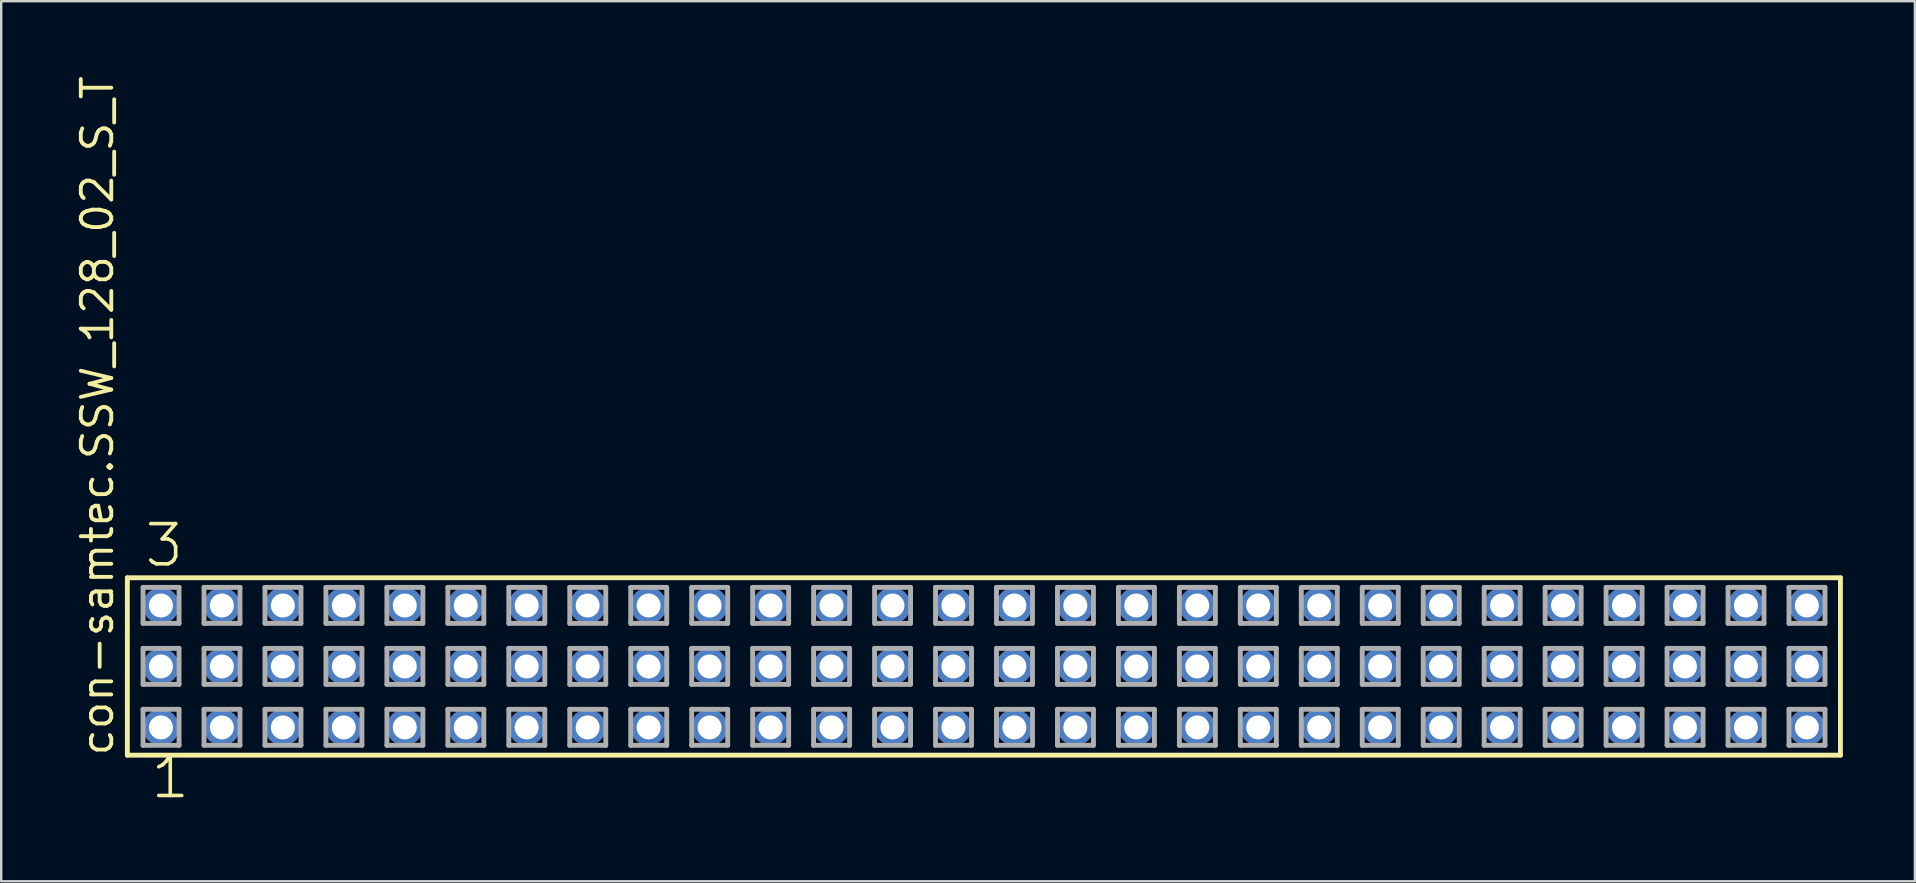
<source format=kicad_pcb>
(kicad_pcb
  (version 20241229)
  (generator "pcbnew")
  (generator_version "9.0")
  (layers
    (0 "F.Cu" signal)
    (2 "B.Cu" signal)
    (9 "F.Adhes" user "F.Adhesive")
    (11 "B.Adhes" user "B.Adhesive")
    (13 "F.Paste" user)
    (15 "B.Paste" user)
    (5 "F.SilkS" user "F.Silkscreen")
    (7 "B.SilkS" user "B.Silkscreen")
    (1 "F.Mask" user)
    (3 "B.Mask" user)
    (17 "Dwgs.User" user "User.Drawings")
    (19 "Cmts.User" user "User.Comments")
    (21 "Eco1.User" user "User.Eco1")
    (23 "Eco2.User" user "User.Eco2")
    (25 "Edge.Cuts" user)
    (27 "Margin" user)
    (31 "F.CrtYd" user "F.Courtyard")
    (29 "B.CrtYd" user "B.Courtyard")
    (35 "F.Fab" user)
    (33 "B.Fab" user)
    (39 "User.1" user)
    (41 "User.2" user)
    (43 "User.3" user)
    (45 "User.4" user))
  (footprint "con-samtec.SSW_128_02_S_T"
    (layer "F.Cu")
    (at 37.945 24.719)
    (property "Reference" "con-samtec.SSW_128_02_S_T" (at -36.195 3.81 90) (layer "F.SilkS") (effects (font (size 1.27 1.27) (thickness 0.16)) (justify left bottom)))
    (attr through_hole)
    (fp_line (start -35.689 -3.695) (end 35.689 -3.695) (stroke (width 0.203) (type default)) (layer "F.SilkS"))
    (fp_line (start -35.689 3.695) (end -35.689 -3.695) (stroke (width 0.203) (type default)) (layer "F.SilkS"))
    (fp_line (start 35.689 -3.695) (end 35.689 3.695) (stroke (width 0.203) (type default)) (layer "F.SilkS"))
    (fp_line (start 35.689 3.695) (end -35.689 3.695) (stroke (width 0.203) (type default)) (layer "F.SilkS"))
    (fp_line (start -35.035 -3.295) (end -33.535 -3.295) (stroke (width 0.203) (type default)) (layer "F.Fab"))
    (fp_line (start -35.035 -1.795) (end -35.035 -3.295) (stroke (width 0.203) (type default)) (layer "F.Fab"))
    (fp_line (start -35.035 -0.755) (end -33.535 -0.755) (stroke (width 0.203) (type default)) (layer "F.Fab"))
    (fp_line (start -35.035 0.745) (end -35.035 -0.755) (stroke (width 0.203) (type default)) (layer "F.Fab"))
    (fp_line (start -35.035 1.785) (end -33.535 1.785) (stroke (width 0.203) (type default)) (layer "F.Fab"))
    (fp_line (start -35.035 3.285) (end -35.035 1.785) (stroke (width 0.203) (type default)) (layer "F.Fab"))
    (fp_line (start -33.535 -3.295) (end -33.535 -1.795) (stroke (width 0.203) (type default)) (layer "F.Fab"))
    (fp_line (start -33.535 -1.795) (end -35.035 -1.795) (stroke (width 0.203) (type default)) (layer "F.Fab"))
    (fp_line (start -33.535 -0.755) (end -33.535 0.745) (stroke (width 0.203) (type default)) (layer "F.Fab"))
    (fp_line (start -33.535 0.745) (end -35.035 0.745) (stroke (width 0.203) (type default)) (layer "F.Fab"))
    (fp_line (start -33.535 1.785) (end -33.535 3.285) (stroke (width 0.203) (type default)) (layer "F.Fab"))
    (fp_line (start -33.535 3.285) (end -35.035 3.285) (stroke (width 0.203) (type default)) (layer "F.Fab"))
    (fp_line (start -32.495 -3.295) (end -30.995 -3.295) (stroke (width 0.203) (type default)) (layer "F.Fab"))
    (fp_line (start -32.495 -1.795) (end -32.495 -3.295) (stroke (width 0.203) (type default)) (layer "F.Fab"))
    (fp_line (start -32.495 -0.755) (end -30.995 -0.755) (stroke (width 0.203) (type default)) (layer "F.Fab"))
    (fp_line (start -32.495 0.745) (end -32.495 -0.755) (stroke (width 0.203) (type default)) (layer "F.Fab"))
    (fp_line (start -32.495 1.785) (end -30.995 1.785) (stroke (width 0.203) (type default)) (layer "F.Fab"))
    (fp_line (start -32.495 3.285) (end -32.495 1.785) (stroke (width 0.203) (type default)) (layer "F.Fab"))
    (fp_line (start -30.995 -3.295) (end -30.995 -1.795) (stroke (width 0.203) (type default)) (layer "F.Fab"))
    (fp_line (start -30.995 -1.795) (end -32.495 -1.795) (stroke (width 0.203) (type default)) (layer "F.Fab"))
    (fp_line (start -30.995 -0.755) (end -30.995 0.745) (stroke (width 0.203) (type default)) (layer "F.Fab"))
    (fp_line (start -30.995 0.745) (end -32.495 0.745) (stroke (width 0.203) (type default)) (layer "F.Fab"))
    (fp_line (start -30.995 1.785) (end -30.995 3.285) (stroke (width 0.203) (type default)) (layer "F.Fab"))
    (fp_line (start -30.995 3.285) (end -32.495 3.285) (stroke (width 0.203) (type default)) (layer "F.Fab"))
    (fp_line (start -29.955 -3.295) (end -28.455 -3.295) (stroke (width 0.203) (type default)) (layer "F.Fab"))
    (fp_line (start -29.955 -1.795) (end -29.955 -3.295) (stroke (width 0.203) (type default)) (layer "F.Fab"))
    (fp_line (start -29.955 -0.755) (end -28.455 -0.755) (stroke (width 0.203) (type default)) (layer "F.Fab"))
    (fp_line (start -29.955 0.745) (end -29.955 -0.755) (stroke (width 0.203) (type default)) (layer "F.Fab"))
    (fp_line (start -29.955 1.785) (end -28.455 1.785) (stroke (width 0.203) (type default)) (layer "F.Fab"))
    (fp_line (start -29.955 3.285) (end -29.955 1.785) (stroke (width 0.203) (type default)) (layer "F.Fab"))
    (fp_line (start -28.455 -3.295) (end -28.455 -1.795) (stroke (width 0.203) (type default)) (layer "F.Fab"))
    (fp_line (start -28.455 -1.795) (end -29.955 -1.795) (stroke (width 0.203) (type default)) (layer "F.Fab"))
    (fp_line (start -28.455 -0.755) (end -28.455 0.745) (stroke (width 0.203) (type default)) (layer "F.Fab"))
    (fp_line (start -28.455 0.745) (end -29.955 0.745) (stroke (width 0.203) (type default)) (layer "F.Fab"))
    (fp_line (start -28.455 1.785) (end -28.455 3.285) (stroke (width 0.203) (type default)) (layer "F.Fab"))
    (fp_line (start -28.455 3.285) (end -29.955 3.285) (stroke (width 0.203) (type default)) (layer "F.Fab"))
    (fp_line (start -27.415 -3.295) (end -25.915 -3.295) (stroke (width 0.203) (type default)) (layer "F.Fab"))
    (fp_line (start -27.415 -1.795) (end -27.415 -3.295) (stroke (width 0.203) (type default)) (layer "F.Fab"))
    (fp_line (start -27.415 -0.755) (end -25.915 -0.755) (stroke (width 0.203) (type default)) (layer "F.Fab"))
    (fp_line (start -27.415 0.745) (end -27.415 -0.755) (stroke (width 0.203) (type default)) (layer "F.Fab"))
    (fp_line (start -27.415 1.785) (end -25.915 1.785) (stroke (width 0.203) (type default)) (layer "F.Fab"))
    (fp_line (start -27.415 3.285) (end -27.415 1.785) (stroke (width 0.203) (type default)) (layer "F.Fab"))
    (fp_line (start -25.915 -3.295) (end -25.915 -1.795) (stroke (width 0.203) (type default)) (layer "F.Fab"))
    (fp_line (start -25.915 -1.795) (end -27.415 -1.795) (stroke (width 0.203) (type default)) (layer "F.Fab"))
    (fp_line (start -25.915 -0.755) (end -25.915 0.745) (stroke (width 0.203) (type default)) (layer "F.Fab"))
    (fp_line (start -25.915 0.745) (end -27.415 0.745) (stroke (width 0.203) (type default)) (layer "F.Fab"))
    (fp_line (start -25.915 1.785) (end -25.915 3.285) (stroke (width 0.203) (type default)) (layer "F.Fab"))
    (fp_line (start -25.915 3.285) (end -27.415 3.285) (stroke (width 0.203) (type default)) (layer "F.Fab"))
    (fp_line (start -24.875 -3.295) (end -23.375 -3.295) (stroke (width 0.203) (type default)) (layer "F.Fab"))
    (fp_line (start -24.875 -1.795) (end -24.875 -3.295) (stroke (width 0.203) (type default)) (layer "F.Fab"))
    (fp_line (start -24.875 -0.755) (end -23.375 -0.755) (stroke (width 0.203) (type default)) (layer "F.Fab"))
    (fp_line (start -24.875 0.745) (end -24.875 -0.755) (stroke (width 0.203) (type default)) (layer "F.Fab"))
    (fp_line (start -24.875 1.785) (end -23.375 1.785) (stroke (width 0.203) (type default)) (layer "F.Fab"))
    (fp_line (start -24.875 3.285) (end -24.875 1.785) (stroke (width 0.203) (type default)) (layer "F.Fab"))
    (fp_line (start -23.375 -3.295) (end -23.375 -1.795) (stroke (width 0.203) (type default)) (layer "F.Fab"))
    (fp_line (start -23.375 -1.795) (end -24.875 -1.795) (stroke (width 0.203) (type default)) (layer "F.Fab"))
    (fp_line (start -23.375 -0.755) (end -23.375 0.745) (stroke (width 0.203) (type default)) (layer "F.Fab"))
    (fp_line (start -23.375 0.745) (end -24.875 0.745) (stroke (width 0.203) (type default)) (layer "F.Fab"))
    (fp_line (start -23.375 1.785) (end -23.375 3.285) (stroke (width 0.203) (type default)) (layer "F.Fab"))
    (fp_line (start -23.375 3.285) (end -24.875 3.285) (stroke (width 0.203) (type default)) (layer "F.Fab"))
    (fp_line (start -22.335 -3.295) (end -20.835 -3.295) (stroke (width 0.203) (type default)) (layer "F.Fab"))
    (fp_line (start -22.335 -1.795) (end -22.335 -3.295) (stroke (width 0.203) (type default)) (layer "F.Fab"))
    (fp_line (start -22.335 -0.755) (end -20.835 -0.755) (stroke (width 0.203) (type default)) (layer "F.Fab"))
    (fp_line (start -22.335 0.745) (end -22.335 -0.755) (stroke (width 0.203) (type default)) (layer "F.Fab"))
    (fp_line (start -22.335 1.785) (end -20.835 1.785) (stroke (width 0.203) (type default)) (layer "F.Fab"))
    (fp_line (start -22.335 3.285) (end -22.335 1.785) (stroke (width 0.203) (type default)) (layer "F.Fab"))
    (fp_line (start -20.835 -3.295) (end -20.835 -1.795) (stroke (width 0.203) (type default)) (layer "F.Fab"))
    (fp_line (start -20.835 -1.795) (end -22.335 -1.795) (stroke (width 0.203) (type default)) (layer "F.Fab"))
    (fp_line (start -20.835 -0.755) (end -20.835 0.745) (stroke (width 0.203) (type default)) (layer "F.Fab"))
    (fp_line (start -20.835 0.745) (end -22.335 0.745) (stroke (width 0.203) (type default)) (layer "F.Fab"))
    (fp_line (start -20.835 1.785) (end -20.835 3.285) (stroke (width 0.203) (type default)) (layer "F.Fab"))
    (fp_line (start -20.835 3.285) (end -22.335 3.285) (stroke (width 0.203) (type default)) (layer "F.Fab"))
    (fp_line (start -19.795 -3.295) (end -18.295 -3.295) (stroke (width 0.203) (type default)) (layer "F.Fab"))
    (fp_line (start -19.795 -1.795) (end -19.795 -3.295) (stroke (width 0.203) (type default)) (layer "F.Fab"))
    (fp_line (start -19.795 -0.755) (end -18.295 -0.755) (stroke (width 0.203) (type default)) (layer "F.Fab"))
    (fp_line (start -19.795 0.745) (end -19.795 -0.755) (stroke (width 0.203) (type default)) (layer "F.Fab"))
    (fp_line (start -19.795 1.785) (end -18.295 1.785) (stroke (width 0.203) (type default)) (layer "F.Fab"))
    (fp_line (start -19.795 3.285) (end -19.795 1.785) (stroke (width 0.203) (type default)) (layer "F.Fab"))
    (fp_line (start -18.295 -3.295) (end -18.295 -1.795) (stroke (width 0.203) (type default)) (layer "F.Fab"))
    (fp_line (start -18.295 -1.795) (end -19.795 -1.795) (stroke (width 0.203) (type default)) (layer "F.Fab"))
    (fp_line (start -18.295 -0.755) (end -18.295 0.745) (stroke (width 0.203) (type default)) (layer "F.Fab"))
    (fp_line (start -18.295 0.745) (end -19.795 0.745) (stroke (width 0.203) (type default)) (layer "F.Fab"))
    (fp_line (start -18.295 1.785) (end -18.295 3.285) (stroke (width 0.203) (type default)) (layer "F.Fab"))
    (fp_line (start -18.295 3.285) (end -19.795 3.285) (stroke (width 0.203) (type default)) (layer "F.Fab"))
    (fp_line (start -17.255 -3.295) (end -15.755 -3.295) (stroke (width 0.203) (type default)) (layer "F.Fab"))
    (fp_line (start -17.255 -1.795) (end -17.255 -3.295) (stroke (width 0.203) (type default)) (layer "F.Fab"))
    (fp_line (start -17.255 -0.755) (end -15.755 -0.755) (stroke (width 0.203) (type default)) (layer "F.Fab"))
    (fp_line (start -17.255 0.745) (end -17.255 -0.755) (stroke (width 0.203) (type default)) (layer "F.Fab"))
    (fp_line (start -17.255 1.785) (end -15.755 1.785) (stroke (width 0.203) (type default)) (layer "F.Fab"))
    (fp_line (start -17.255 3.285) (end -17.255 1.785) (stroke (width 0.203) (type default)) (layer "F.Fab"))
    (fp_line (start -15.755 -3.295) (end -15.755 -1.795) (stroke (width 0.203) (type default)) (layer "F.Fab"))
    (fp_line (start -15.755 -1.795) (end -17.255 -1.795) (stroke (width 0.203) (type default)) (layer "F.Fab"))
    (fp_line (start -15.755 -0.755) (end -15.755 0.745) (stroke (width 0.203) (type default)) (layer "F.Fab"))
    (fp_line (start -15.755 0.745) (end -17.255 0.745) (stroke (width 0.203) (type default)) (layer "F.Fab"))
    (fp_line (start -15.755 1.785) (end -15.755 3.285) (stroke (width 0.203) (type default)) (layer "F.Fab"))
    (fp_line (start -15.755 3.285) (end -17.255 3.285) (stroke (width 0.203) (type default)) (layer "F.Fab"))
    (fp_line (start -14.715 -3.295) (end -13.215 -3.295) (stroke (width 0.203) (type default)) (layer "F.Fab"))
    (fp_line (start -14.715 -1.795) (end -14.715 -3.295) (stroke (width 0.203) (type default)) (layer "F.Fab"))
    (fp_line (start -14.715 -0.755) (end -13.215 -0.755) (stroke (width 0.203) (type default)) (layer "F.Fab"))
    (fp_line (start -14.715 0.745) (end -14.715 -0.755) (stroke (width 0.203) (type default)) (layer "F.Fab"))
    (fp_line (start -14.715 1.785) (end -13.215 1.785) (stroke (width 0.203) (type default)) (layer "F.Fab"))
    (fp_line (start -14.715 3.285) (end -14.715 1.785) (stroke (width 0.203) (type default)) (layer "F.Fab"))
    (fp_line (start -13.215 -3.295) (end -13.215 -1.795) (stroke (width 0.203) (type default)) (layer "F.Fab"))
    (fp_line (start -13.215 -1.795) (end -14.715 -1.795) (stroke (width 0.203) (type default)) (layer "F.Fab"))
    (fp_line (start -13.215 -0.755) (end -13.215 0.745) (stroke (width 0.203) (type default)) (layer "F.Fab"))
    (fp_line (start -13.215 0.745) (end -14.715 0.745) (stroke (width 0.203) (type default)) (layer "F.Fab"))
    (fp_line (start -13.215 1.785) (end -13.215 3.285) (stroke (width 0.203) (type default)) (layer "F.Fab"))
    (fp_line (start -13.215 3.285) (end -14.715 3.285) (stroke (width 0.203) (type default)) (layer "F.Fab"))
    (fp_line (start -12.175 -3.295) (end -10.675 -3.295) (stroke (width 0.203) (type default)) (layer "F.Fab"))
    (fp_line (start -12.175 -1.795) (end -12.175 -3.295) (stroke (width 0.203) (type default)) (layer "F.Fab"))
    (fp_line (start -12.175 -0.755) (end -10.675 -0.755) (stroke (width 0.203) (type default)) (layer "F.Fab"))
    (fp_line (start -12.175 0.745) (end -12.175 -0.755) (stroke (width 0.203) (type default)) (layer "F.Fab"))
    (fp_line (start -12.175 1.785) (end -10.675 1.785) (stroke (width 0.203) (type default)) (layer "F.Fab"))
    (fp_line (start -12.175 3.285) (end -12.175 1.785) (stroke (width 0.203) (type default)) (layer "F.Fab"))
    (fp_line (start -10.675 -3.295) (end -10.675 -1.795) (stroke (width 0.203) (type default)) (layer "F.Fab"))
    (fp_line (start -10.675 -1.795) (end -12.175 -1.795) (stroke (width 0.203) (type default)) (layer "F.Fab"))
    (fp_line (start -10.675 -0.755) (end -10.675 0.745) (stroke (width 0.203) (type default)) (layer "F.Fab"))
    (fp_line (start -10.675 0.745) (end -12.175 0.745) (stroke (width 0.203) (type default)) (layer "F.Fab"))
    (fp_line (start -10.675 1.785) (end -10.675 3.285) (stroke (width 0.203) (type default)) (layer "F.Fab"))
    (fp_line (start -10.675 3.285) (end -12.175 3.285) (stroke (width 0.203) (type default)) (layer "F.Fab"))
    (fp_line (start -9.635 -3.295) (end -8.135 -3.295) (stroke (width 0.203) (type default)) (layer "F.Fab"))
    (fp_line (start -9.635 -1.795) (end -9.635 -3.295) (stroke (width 0.203) (type default)) (layer "F.Fab"))
    (fp_line (start -9.635 -0.755) (end -8.135 -0.755) (stroke (width 0.203) (type default)) (layer "F.Fab"))
    (fp_line (start -9.635 0.745) (end -9.635 -0.755) (stroke (width 0.203) (type default)) (layer "F.Fab"))
    (fp_line (start -9.635 1.785) (end -8.135 1.785) (stroke (width 0.203) (type default)) (layer "F.Fab"))
    (fp_line (start -9.635 3.285) (end -9.635 1.785) (stroke (width 0.203) (type default)) (layer "F.Fab"))
    (fp_line (start -8.135 -3.295) (end -8.135 -1.795) (stroke (width 0.203) (type default)) (layer "F.Fab"))
    (fp_line (start -8.135 -1.795) (end -9.635 -1.795) (stroke (width 0.203) (type default)) (layer "F.Fab"))
    (fp_line (start -8.135 -0.755) (end -8.135 0.745) (stroke (width 0.203) (type default)) (layer "F.Fab"))
    (fp_line (start -8.135 0.745) (end -9.635 0.745) (stroke (width 0.203) (type default)) (layer "F.Fab"))
    (fp_line (start -8.135 1.785) (end -8.135 3.285) (stroke (width 0.203) (type default)) (layer "F.Fab"))
    (fp_line (start -8.135 3.285) (end -9.635 3.285) (stroke (width 0.203) (type default)) (layer "F.Fab"))
    (fp_line (start -7.095 -3.295) (end -5.595 -3.295) (stroke (width 0.203) (type default)) (layer "F.Fab"))
    (fp_line (start -7.095 -1.795) (end -7.095 -3.295) (stroke (width 0.203) (type default)) (layer "F.Fab"))
    (fp_line (start -7.095 -0.755) (end -5.595 -0.755) (stroke (width 0.203) (type default)) (layer "F.Fab"))
    (fp_line (start -7.095 0.745) (end -7.095 -0.755) (stroke (width 0.203) (type default)) (layer "F.Fab"))
    (fp_line (start -7.095 1.785) (end -5.595 1.785) (stroke (width 0.203) (type default)) (layer "F.Fab"))
    (fp_line (start -7.095 3.285) (end -7.095 1.785) (stroke (width 0.203) (type default)) (layer "F.Fab"))
    (fp_line (start -5.595 -3.295) (end -5.595 -1.795) (stroke (width 0.203) (type default)) (layer "F.Fab"))
    (fp_line (start -5.595 -1.795) (end -7.095 -1.795) (stroke (width 0.203) (type default)) (layer "F.Fab"))
    (fp_line (start -5.595 -0.755) (end -5.595 0.745) (stroke (width 0.203) (type default)) (layer "F.Fab"))
    (fp_line (start -5.595 0.745) (end -7.095 0.745) (stroke (width 0.203) (type default)) (layer "F.Fab"))
    (fp_line (start -5.595 1.785) (end -5.595 3.285) (stroke (width 0.203) (type default)) (layer "F.Fab"))
    (fp_line (start -5.595 3.285) (end -7.095 3.285) (stroke (width 0.203) (type default)) (layer "F.Fab"))
    (fp_line (start -4.555 -3.295) (end -3.055 -3.295) (stroke (width 0.203) (type default)) (layer "F.Fab"))
    (fp_line (start -4.555 -1.795) (end -4.555 -3.295) (stroke (width 0.203) (type default)) (layer "F.Fab"))
    (fp_line (start -4.555 -0.755) (end -3.055 -0.755) (stroke (width 0.203) (type default)) (layer "F.Fab"))
    (fp_line (start -4.555 0.745) (end -4.555 -0.755) (stroke (width 0.203) (type default)) (layer "F.Fab"))
    (fp_line (start -4.555 1.785) (end -3.055 1.785) (stroke (width 0.203) (type default)) (layer "F.Fab"))
    (fp_line (start -4.555 3.285) (end -4.555 1.785) (stroke (width 0.203) (type default)) (layer "F.Fab"))
    (fp_line (start -3.055 -3.295) (end -3.055 -1.795) (stroke (width 0.203) (type default)) (layer "F.Fab"))
    (fp_line (start -3.055 -1.795) (end -4.555 -1.795) (stroke (width 0.203) (type default)) (layer "F.Fab"))
    (fp_line (start -3.055 -0.755) (end -3.055 0.745) (stroke (width 0.203) (type default)) (layer "F.Fab"))
    (fp_line (start -3.055 0.745) (end -4.555 0.745) (stroke (width 0.203) (type default)) (layer "F.Fab"))
    (fp_line (start -3.055 1.785) (end -3.055 3.285) (stroke (width 0.203) (type default)) (layer "F.Fab"))
    (fp_line (start -3.055 3.285) (end -4.555 3.285) (stroke (width 0.203) (type default)) (layer "F.Fab"))
    (fp_line (start -2.015 -3.295) (end -0.515 -3.295) (stroke (width 0.203) (type default)) (layer "F.Fab"))
    (fp_line (start -2.015 -1.795) (end -2.015 -3.295) (stroke (width 0.203) (type default)) (layer "F.Fab"))
    (fp_line (start -2.015 -0.755) (end -0.515 -0.755) (stroke (width 0.203) (type default)) (layer "F.Fab"))
    (fp_line (start -2.015 0.745) (end -2.015 -0.755) (stroke (width 0.203) (type default)) (layer "F.Fab"))
    (fp_line (start -2.015 1.785) (end -0.515 1.785) (stroke (width 0.203) (type default)) (layer "F.Fab"))
    (fp_line (start -2.015 3.285) (end -2.015 1.785) (stroke (width 0.203) (type default)) (layer "F.Fab"))
    (fp_line (start -0.515 -3.295) (end -0.515 -1.795) (stroke (width 0.203) (type default)) (layer "F.Fab"))
    (fp_line (start -0.515 -1.795) (end -2.015 -1.795) (stroke (width 0.203) (type default)) (layer "F.Fab"))
    (fp_line (start -0.515 -0.755) (end -0.515 0.745) (stroke (width 0.203) (type default)) (layer "F.Fab"))
    (fp_line (start -0.515 0.745) (end -2.015 0.745) (stroke (width 0.203) (type default)) (layer "F.Fab"))
    (fp_line (start -0.515 1.785) (end -0.515 3.285) (stroke (width 0.203) (type default)) (layer "F.Fab"))
    (fp_line (start -0.515 3.285) (end -2.015 3.285) (stroke (width 0.203) (type default)) (layer "F.Fab"))
    (fp_line (start 0.525 -3.295) (end 2.025 -3.295) (stroke (width 0.203) (type default)) (layer "F.Fab"))
    (fp_line (start 0.525 -1.795) (end 0.525 -3.295) (stroke (width 0.203) (type default)) (layer "F.Fab"))
    (fp_line (start 0.525 -0.755) (end 2.025 -0.755) (stroke (width 0.203) (type default)) (layer "F.Fab"))
    (fp_line (start 0.525 0.745) (end 0.525 -0.755) (stroke (width 0.203) (type default)) (layer "F.Fab"))
    (fp_line (start 0.525 1.785) (end 2.025 1.785) (stroke (width 0.203) (type default)) (layer "F.Fab"))
    (fp_line (start 0.525 3.285) (end 0.525 1.785) (stroke (width 0.203) (type default)) (layer "F.Fab"))
    (fp_line (start 2.025 -3.295) (end 2.025 -1.795) (stroke (width 0.203) (type default)) (layer "F.Fab"))
    (fp_line (start 2.025 -1.795) (end 0.525 -1.795) (stroke (width 0.203) (type default)) (layer "F.Fab"))
    (fp_line (start 2.025 -0.755) (end 2.025 0.745) (stroke (width 0.203) (type default)) (layer "F.Fab"))
    (fp_line (start 2.025 0.745) (end 0.525 0.745) (stroke (width 0.203) (type default)) (layer "F.Fab"))
    (fp_line (start 2.025 1.785) (end 2.025 3.285) (stroke (width 0.203) (type default)) (layer "F.Fab"))
    (fp_line (start 2.025 3.285) (end 0.525 3.285) (stroke (width 0.203) (type default)) (layer "F.Fab"))
    (fp_line (start 3.065 -3.295) (end 4.565 -3.295) (stroke (width 0.203) (type default)) (layer "F.Fab"))
    (fp_line (start 3.065 -1.795) (end 3.065 -3.295) (stroke (width 0.203) (type default)) (layer "F.Fab"))
    (fp_line (start 3.065 -0.755) (end 4.565 -0.755) (stroke (width 0.203) (type default)) (layer "F.Fab"))
    (fp_line (start 3.065 0.745) (end 3.065 -0.755) (stroke (width 0.203) (type default)) (layer "F.Fab"))
    (fp_line (start 3.065 1.785) (end 4.565 1.785) (stroke (width 0.203) (type default)) (layer "F.Fab"))
    (fp_line (start 3.065 3.285) (end 3.065 1.785) (stroke (width 0.203) (type default)) (layer "F.Fab"))
    (fp_line (start 4.565 -3.295) (end 4.565 -1.795) (stroke (width 0.203) (type default)) (layer "F.Fab"))
    (fp_line (start 4.565 -1.795) (end 3.065 -1.795) (stroke (width 0.203) (type default)) (layer "F.Fab"))
    (fp_line (start 4.565 -0.755) (end 4.565 0.745) (stroke (width 0.203) (type default)) (layer "F.Fab"))
    (fp_line (start 4.565 0.745) (end 3.065 0.745) (stroke (width 0.203) (type default)) (layer "F.Fab"))
    (fp_line (start 4.565 1.785) (end 4.565 3.285) (stroke (width 0.203) (type default)) (layer "F.Fab"))
    (fp_line (start 4.565 3.285) (end 3.065 3.285) (stroke (width 0.203) (type default)) (layer "F.Fab"))
    (fp_line (start 5.605 -3.295) (end 7.105 -3.295) (stroke (width 0.203) (type default)) (layer "F.Fab"))
    (fp_line (start 5.605 -1.795) (end 5.605 -3.295) (stroke (width 0.203) (type default)) (layer "F.Fab"))
    (fp_line (start 5.605 -0.755) (end 7.105 -0.755) (stroke (width 0.203) (type default)) (layer "F.Fab"))
    (fp_line (start 5.605 0.745) (end 5.605 -0.755) (stroke (width 0.203) (type default)) (layer "F.Fab"))
    (fp_line (start 5.605 1.785) (end 7.105 1.785) (stroke (width 0.203) (type default)) (layer "F.Fab"))
    (fp_line (start 5.605 3.285) (end 5.605 1.785) (stroke (width 0.203) (type default)) (layer "F.Fab"))
    (fp_line (start 7.105 -3.295) (end 7.105 -1.795) (stroke (width 0.203) (type default)) (layer "F.Fab"))
    (fp_line (start 7.105 -1.795) (end 5.605 -1.795) (stroke (width 0.203) (type default)) (layer "F.Fab"))
    (fp_line (start 7.105 -0.755) (end 7.105 0.745) (stroke (width 0.203) (type default)) (layer "F.Fab"))
    (fp_line (start 7.105 0.745) (end 5.605 0.745) (stroke (width 0.203) (type default)) (layer "F.Fab"))
    (fp_line (start 7.105 1.785) (end 7.105 3.285) (stroke (width 0.203) (type default)) (layer "F.Fab"))
    (fp_line (start 7.105 3.285) (end 5.605 3.285) (stroke (width 0.203) (type default)) (layer "F.Fab"))
    (fp_line (start 8.145 -3.295) (end 9.645 -3.295) (stroke (width 0.203) (type default)) (layer "F.Fab"))
    (fp_line (start 8.145 -1.795) (end 8.145 -3.295) (stroke (width 0.203) (type default)) (layer "F.Fab"))
    (fp_line (start 8.145 -0.755) (end 9.645 -0.755) (stroke (width 0.203) (type default)) (layer "F.Fab"))
    (fp_line (start 8.145 0.745) (end 8.145 -0.755) (stroke (width 0.203) (type default)) (layer "F.Fab"))
    (fp_line (start 8.145 1.785) (end 9.645 1.785) (stroke (width 0.203) (type default)) (layer "F.Fab"))
    (fp_line (start 8.145 3.285) (end 8.145 1.785) (stroke (width 0.203) (type default)) (layer "F.Fab"))
    (fp_line (start 9.645 -3.295) (end 9.645 -1.795) (stroke (width 0.203) (type default)) (layer "F.Fab"))
    (fp_line (start 9.645 -1.795) (end 8.145 -1.795) (stroke (width 0.203) (type default)) (layer "F.Fab"))
    (fp_line (start 9.645 -0.755) (end 9.645 0.745) (stroke (width 0.203) (type default)) (layer "F.Fab"))
    (fp_line (start 9.645 0.745) (end 8.145 0.745) (stroke (width 0.203) (type default)) (layer "F.Fab"))
    (fp_line (start 9.645 1.785) (end 9.645 3.285) (stroke (width 0.203) (type default)) (layer "F.Fab"))
    (fp_line (start 9.645 3.285) (end 8.145 3.285) (stroke (width 0.203) (type default)) (layer "F.Fab"))
    (fp_line (start 10.685 -3.295) (end 12.185 -3.295) (stroke (width 0.203) (type default)) (layer "F.Fab"))
    (fp_line (start 10.685 -1.795) (end 10.685 -3.295) (stroke (width 0.203) (type default)) (layer "F.Fab"))
    (fp_line (start 10.685 -0.755) (end 12.185 -0.755) (stroke (width 0.203) (type default)) (layer "F.Fab"))
    (fp_line (start 10.685 0.745) (end 10.685 -0.755) (stroke (width 0.203) (type default)) (layer "F.Fab"))
    (fp_line (start 10.685 1.785) (end 12.185 1.785) (stroke (width 0.203) (type default)) (layer "F.Fab"))
    (fp_line (start 10.685 3.285) (end 10.685 1.785) (stroke (width 0.203) (type default)) (layer "F.Fab"))
    (fp_line (start 12.185 -3.295) (end 12.185 -1.795) (stroke (width 0.203) (type default)) (layer "F.Fab"))
    (fp_line (start 12.185 -1.795) (end 10.685 -1.795) (stroke (width 0.203) (type default)) (layer "F.Fab"))
    (fp_line (start 12.185 -0.755) (end 12.185 0.745) (stroke (width 0.203) (type default)) (layer "F.Fab"))
    (fp_line (start 12.185 0.745) (end 10.685 0.745) (stroke (width 0.203) (type default)) (layer "F.Fab"))
    (fp_line (start 12.185 1.785) (end 12.185 3.285) (stroke (width 0.203) (type default)) (layer "F.Fab"))
    (fp_line (start 12.185 3.285) (end 10.685 3.285) (stroke (width 0.203) (type default)) (layer "F.Fab"))
    (fp_line (start 13.225 -3.295) (end 14.725 -3.295) (stroke (width 0.203) (type default)) (layer "F.Fab"))
    (fp_line (start 13.225 -1.795) (end 13.225 -3.295) (stroke (width 0.203) (type default)) (layer "F.Fab"))
    (fp_line (start 13.225 -0.755) (end 14.725 -0.755) (stroke (width 0.203) (type default)) (layer "F.Fab"))
    (fp_line (start 13.225 0.745) (end 13.225 -0.755) (stroke (width 0.203) (type default)) (layer "F.Fab"))
    (fp_line (start 13.225 1.785) (end 14.725 1.785) (stroke (width 0.203) (type default)) (layer "F.Fab"))
    (fp_line (start 13.225 3.285) (end 13.225 1.785) (stroke (width 0.203) (type default)) (layer "F.Fab"))
    (fp_line (start 14.725 -3.295) (end 14.725 -1.795) (stroke (width 0.203) (type default)) (layer "F.Fab"))
    (fp_line (start 14.725 -1.795) (end 13.225 -1.795) (stroke (width 0.203) (type default)) (layer "F.Fab"))
    (fp_line (start 14.725 -0.755) (end 14.725 0.745) (stroke (width 0.203) (type default)) (layer "F.Fab"))
    (fp_line (start 14.725 0.745) (end 13.225 0.745) (stroke (width 0.203) (type default)) (layer "F.Fab"))
    (fp_line (start 14.725 1.785) (end 14.725 3.285) (stroke (width 0.203) (type default)) (layer "F.Fab"))
    (fp_line (start 14.725 3.285) (end 13.225 3.285) (stroke (width 0.203) (type default)) (layer "F.Fab"))
    (fp_line (start 15.765 -3.295) (end 17.265 -3.295) (stroke (width 0.203) (type default)) (layer "F.Fab"))
    (fp_line (start 15.765 -1.795) (end 15.765 -3.295) (stroke (width 0.203) (type default)) (layer "F.Fab"))
    (fp_line (start 15.765 -0.755) (end 17.265 -0.755) (stroke (width 0.203) (type default)) (layer "F.Fab"))
    (fp_line (start 15.765 0.745) (end 15.765 -0.755) (stroke (width 0.203) (type default)) (layer "F.Fab"))
    (fp_line (start 15.765 1.785) (end 17.265 1.785) (stroke (width 0.203) (type default)) (layer "F.Fab"))
    (fp_line (start 15.765 3.285) (end 15.765 1.785) (stroke (width 0.203) (type default)) (layer "F.Fab"))
    (fp_line (start 17.265 -3.295) (end 17.265 -1.795) (stroke (width 0.203) (type default)) (layer "F.Fab"))
    (fp_line (start 17.265 -1.795) (end 15.765 -1.795) (stroke (width 0.203) (type default)) (layer "F.Fab"))
    (fp_line (start 17.265 -0.755) (end 17.265 0.745) (stroke (width 0.203) (type default)) (layer "F.Fab"))
    (fp_line (start 17.265 0.745) (end 15.765 0.745) (stroke (width 0.203) (type default)) (layer "F.Fab"))
    (fp_line (start 17.265 1.785) (end 17.265 3.285) (stroke (width 0.203) (type default)) (layer "F.Fab"))
    (fp_line (start 17.265 3.285) (end 15.765 3.285) (stroke (width 0.203) (type default)) (layer "F.Fab"))
    (fp_line (start 18.305 -3.295) (end 19.805 -3.295) (stroke (width 0.203) (type default)) (layer "F.Fab"))
    (fp_line (start 18.305 -1.795) (end 18.305 -3.295) (stroke (width 0.203) (type default)) (layer "F.Fab"))
    (fp_line (start 18.305 -0.755) (end 19.805 -0.755) (stroke (width 0.203) (type default)) (layer "F.Fab"))
    (fp_line (start 18.305 0.745) (end 18.305 -0.755) (stroke (width 0.203) (type default)) (layer "F.Fab"))
    (fp_line (start 18.305 1.785) (end 19.805 1.785) (stroke (width 0.203) (type default)) (layer "F.Fab"))
    (fp_line (start 18.305 3.285) (end 18.305 1.785) (stroke (width 0.203) (type default)) (layer "F.Fab"))
    (fp_line (start 19.805 -3.295) (end 19.805 -1.795) (stroke (width 0.203) (type default)) (layer "F.Fab"))
    (fp_line (start 19.805 -1.795) (end 18.305 -1.795) (stroke (width 0.203) (type default)) (layer "F.Fab"))
    (fp_line (start 19.805 -0.755) (end 19.805 0.745) (stroke (width 0.203) (type default)) (layer "F.Fab"))
    (fp_line (start 19.805 0.745) (end 18.305 0.745) (stroke (width 0.203) (type default)) (layer "F.Fab"))
    (fp_line (start 19.805 1.785) (end 19.805 3.285) (stroke (width 0.203) (type default)) (layer "F.Fab"))
    (fp_line (start 19.805 3.285) (end 18.305 3.285) (stroke (width 0.203) (type default)) (layer "F.Fab"))
    (fp_line (start 20.845 -3.295) (end 22.345 -3.295) (stroke (width 0.203) (type default)) (layer "F.Fab"))
    (fp_line (start 20.845 -1.795) (end 20.845 -3.295) (stroke (width 0.203) (type default)) (layer "F.Fab"))
    (fp_line (start 20.845 -0.755) (end 22.345 -0.755) (stroke (width 0.203) (type default)) (layer "F.Fab"))
    (fp_line (start 20.845 0.745) (end 20.845 -0.755) (stroke (width 0.203) (type default)) (layer "F.Fab"))
    (fp_line (start 20.845 1.785) (end 22.345 1.785) (stroke (width 0.203) (type default)) (layer "F.Fab"))
    (fp_line (start 20.845 3.285) (end 20.845 1.785) (stroke (width 0.203) (type default)) (layer "F.Fab"))
    (fp_line (start 22.345 -3.295) (end 22.345 -1.795) (stroke (width 0.203) (type default)) (layer "F.Fab"))
    (fp_line (start 22.345 -1.795) (end 20.845 -1.795) (stroke (width 0.203) (type default)) (layer "F.Fab"))
    (fp_line (start 22.345 -0.755) (end 22.345 0.745) (stroke (width 0.203) (type default)) (layer "F.Fab"))
    (fp_line (start 22.345 0.745) (end 20.845 0.745) (stroke (width 0.203) (type default)) (layer "F.Fab"))
    (fp_line (start 22.345 1.785) (end 22.345 3.285) (stroke (width 0.203) (type default)) (layer "F.Fab"))
    (fp_line (start 22.345 3.285) (end 20.845 3.285) (stroke (width 0.203) (type default)) (layer "F.Fab"))
    (fp_line (start 23.385 -3.295) (end 24.885 -3.295) (stroke (width 0.203) (type default)) (layer "F.Fab"))
    (fp_line (start 23.385 -1.795) (end 23.385 -3.295) (stroke (width 0.203) (type default)) (layer "F.Fab"))
    (fp_line (start 23.385 -0.755) (end 24.885 -0.755) (stroke (width 0.203) (type default)) (layer "F.Fab"))
    (fp_line (start 23.385 0.745) (end 23.385 -0.755) (stroke (width 0.203) (type default)) (layer "F.Fab"))
    (fp_line (start 23.385 1.785) (end 24.885 1.785) (stroke (width 0.203) (type default)) (layer "F.Fab"))
    (fp_line (start 23.385 3.285) (end 23.385 1.785) (stroke (width 0.203) (type default)) (layer "F.Fab"))
    (fp_line (start 24.885 -3.295) (end 24.885 -1.795) (stroke (width 0.203) (type default)) (layer "F.Fab"))
    (fp_line (start 24.885 -1.795) (end 23.385 -1.795) (stroke (width 0.203) (type default)) (layer "F.Fab"))
    (fp_line (start 24.885 -0.755) (end 24.885 0.745) (stroke (width 0.203) (type default)) (layer "F.Fab"))
    (fp_line (start 24.885 0.745) (end 23.385 0.745) (stroke (width 0.203) (type default)) (layer "F.Fab"))
    (fp_line (start 24.885 1.785) (end 24.885 3.285) (stroke (width 0.203) (type default)) (layer "F.Fab"))
    (fp_line (start 24.885 3.285) (end 23.385 3.285) (stroke (width 0.203) (type default)) (layer "F.Fab"))
    (fp_line (start 25.925 -3.295) (end 27.425 -3.295) (stroke (width 0.203) (type default)) (layer "F.Fab"))
    (fp_line (start 25.925 -1.795) (end 25.925 -3.295) (stroke (width 0.203) (type default)) (layer "F.Fab"))
    (fp_line (start 25.925 -0.755) (end 27.425 -0.755) (stroke (width 0.203) (type default)) (layer "F.Fab"))
    (fp_line (start 25.925 0.745) (end 25.925 -0.755) (stroke (width 0.203) (type default)) (layer "F.Fab"))
    (fp_line (start 25.925 1.785) (end 27.425 1.785) (stroke (width 0.203) (type default)) (layer "F.Fab"))
    (fp_line (start 25.925 3.285) (end 25.925 1.785) (stroke (width 0.203) (type default)) (layer "F.Fab"))
    (fp_line (start 27.425 -3.295) (end 27.425 -1.795) (stroke (width 0.203) (type default)) (layer "F.Fab"))
    (fp_line (start 27.425 -1.795) (end 25.925 -1.795) (stroke (width 0.203) (type default)) (layer "F.Fab"))
    (fp_line (start 27.425 -0.755) (end 27.425 0.745) (stroke (width 0.203) (type default)) (layer "F.Fab"))
    (fp_line (start 27.425 0.745) (end 25.925 0.745) (stroke (width 0.203) (type default)) (layer "F.Fab"))
    (fp_line (start 27.425 1.785) (end 27.425 3.285) (stroke (width 0.203) (type default)) (layer "F.Fab"))
    (fp_line (start 27.425 3.285) (end 25.925 3.285) (stroke (width 0.203) (type default)) (layer "F.Fab"))
    (fp_line (start 28.465 -3.295) (end 29.965 -3.295) (stroke (width 0.203) (type default)) (layer "F.Fab"))
    (fp_line (start 28.465 -1.795) (end 28.465 -3.295) (stroke (width 0.203) (type default)) (layer "F.Fab"))
    (fp_line (start 28.465 -0.755) (end 29.965 -0.755) (stroke (width 0.203) (type default)) (layer "F.Fab"))
    (fp_line (start 28.465 0.745) (end 28.465 -0.755) (stroke (width 0.203) (type default)) (layer "F.Fab"))
    (fp_line (start 28.465 1.785) (end 29.965 1.785) (stroke (width 0.203) (type default)) (layer "F.Fab"))
    (fp_line (start 28.465 3.285) (end 28.465 1.785) (stroke (width 0.203) (type default)) (layer "F.Fab"))
    (fp_line (start 29.965 -3.295) (end 29.965 -1.795) (stroke (width 0.203) (type default)) (layer "F.Fab"))
    (fp_line (start 29.965 -1.795) (end 28.465 -1.795) (stroke (width 0.203) (type default)) (layer "F.Fab"))
    (fp_line (start 29.965 -0.755) (end 29.965 0.745) (stroke (width 0.203) (type default)) (layer "F.Fab"))
    (fp_line (start 29.965 0.745) (end 28.465 0.745) (stroke (width 0.203) (type default)) (layer "F.Fab"))
    (fp_line (start 29.965 1.785) (end 29.965 3.285) (stroke (width 0.203) (type default)) (layer "F.Fab"))
    (fp_line (start 29.965 3.285) (end 28.465 3.285) (stroke (width 0.203) (type default)) (layer "F.Fab"))
    (fp_line (start 31.005 -3.295) (end 32.505 -3.295) (stroke (width 0.203) (type default)) (layer "F.Fab"))
    (fp_line (start 31.005 -1.795) (end 31.005 -3.295) (stroke (width 0.203) (type default)) (layer "F.Fab"))
    (fp_line (start 31.005 -0.755) (end 32.505 -0.755) (stroke (width 0.203) (type default)) (layer "F.Fab"))
    (fp_line (start 31.005 0.745) (end 31.005 -0.755) (stroke (width 0.203) (type default)) (layer "F.Fab"))
    (fp_line (start 31.005 1.785) (end 32.505 1.785) (stroke (width 0.203) (type default)) (layer "F.Fab"))
    (fp_line (start 31.005 3.285) (end 31.005 1.785) (stroke (width 0.203) (type default)) (layer "F.Fab"))
    (fp_line (start 32.505 -3.295) (end 32.505 -1.795) (stroke (width 0.203) (type default)) (layer "F.Fab"))
    (fp_line (start 32.505 -1.795) (end 31.005 -1.795) (stroke (width 0.203) (type default)) (layer "F.Fab"))
    (fp_line (start 32.505 -0.755) (end 32.505 0.745) (stroke (width 0.203) (type default)) (layer "F.Fab"))
    (fp_line (start 32.505 0.745) (end 31.005 0.745) (stroke (width 0.203) (type default)) (layer "F.Fab"))
    (fp_line (start 32.505 1.785) (end 32.505 3.285) (stroke (width 0.203) (type default)) (layer "F.Fab"))
    (fp_line (start 32.505 3.285) (end 31.005 3.285) (stroke (width 0.203) (type default)) (layer "F.Fab"))
    (fp_line (start 33.545 -3.295) (end 35.045 -3.295) (stroke (width 0.203) (type default)) (layer "F.Fab"))
    (fp_line (start 33.545 -1.795) (end 33.545 -3.295) (stroke (width 0.203) (type default)) (layer "F.Fab"))
    (fp_line (start 33.545 -0.755) (end 35.045 -0.755) (stroke (width 0.203) (type default)) (layer "F.Fab"))
    (fp_line (start 33.545 0.745) (end 33.545 -0.755) (stroke (width 0.203) (type default)) (layer "F.Fab"))
    (fp_line (start 33.545 1.785) (end 35.045 1.785) (stroke (width 0.203) (type default)) (layer "F.Fab"))
    (fp_line (start 33.545 3.285) (end 33.545 1.785) (stroke (width 0.203) (type default)) (layer "F.Fab"))
    (fp_line (start 35.045 -3.295) (end 35.045 -1.795) (stroke (width 0.203) (type default)) (layer "F.Fab"))
    (fp_line (start 35.045 -1.795) (end 33.545 -1.795) (stroke (width 0.203) (type default)) (layer "F.Fab"))
    (fp_line (start 35.045 -0.755) (end 35.045 0.745) (stroke (width 0.203) (type default)) (layer "F.Fab"))
    (fp_line (start 35.045 0.745) (end 33.545 0.745) (stroke (width 0.203) (type default)) (layer "F.Fab"))
    (fp_line (start 35.045 1.785) (end 35.045 3.285) (stroke (width 0.203) (type default)) (layer "F.Fab"))
    (fp_line (start 35.045 3.285) (end 33.545 3.285) (stroke (width 0.203) (type default)) (layer "F.Fab"))
    (fp_text user "1" (at -34.798 5.588 0) (layer "F.SilkS") (effects (font (size 1.676 1.676) (thickness 0.15)) (justify left bottom)))
    (fp_text user "3" (at -35.052 -4.064 0) (layer "F.SilkS") (effects (font (size 1.676 1.676) (thickness 0.15)) (justify left bottom)))
    (pad "1" thru_hole circle (at -34.29 2.54) (size 1.5 1.5) (drill 1) (layers "*.Cu" "*.Mask"))
    (pad "2" thru_hole circle (at -34.29 0) (size 1.5 1.5) (drill 1) (layers "*.Cu" "*.Mask"))
    (pad "3" thru_hole circle (at -34.29 -2.54) (size 1.5 1.5) (drill 1) (layers "*.Cu" "*.Mask"))
    (pad "4" thru_hole circle (at -31.75 2.54) (size 1.5 1.5) (drill 1) (layers "*.Cu" "*.Mask"))
    (pad "5" thru_hole circle (at -31.75 0) (size 1.5 1.5) (drill 1) (layers "*.Cu" "*.Mask"))
    (pad "6" thru_hole circle (at -31.75 -2.54) (size 1.5 1.5) (drill 1) (layers "*.Cu" "*.Mask"))
    (pad "7" thru_hole circle (at -29.21 2.54) (size 1.5 1.5) (drill 1) (layers "*.Cu" "*.Mask"))
    (pad "8" thru_hole circle (at -29.21 0) (size 1.5 1.5) (drill 1) (layers "*.Cu" "*.Mask"))
    (pad "9" thru_hole circle (at -29.21 -2.54) (size 1.5 1.5) (drill 1) (layers "*.Cu" "*.Mask"))
    (pad "10" thru_hole circle (at -26.67 2.54) (size 1.5 1.5) (drill 1) (layers "*.Cu" "*.Mask"))
    (pad "11" thru_hole circle (at -26.67 0) (size 1.5 1.5) (drill 1) (layers "*.Cu" "*.Mask"))
    (pad "12" thru_hole circle (at -26.67 -2.54) (size 1.5 1.5) (drill 1) (layers "*.Cu" "*.Mask"))
    (pad "13" thru_hole circle (at -24.13 2.54) (size 1.5 1.5) (drill 1) (layers "*.Cu" "*.Mask"))
    (pad "14" thru_hole circle (at -24.13 0) (size 1.5 1.5) (drill 1) (layers "*.Cu" "*.Mask"))
    (pad "15" thru_hole circle (at -24.13 -2.54) (size 1.5 1.5) (drill 1) (layers "*.Cu" "*.Mask"))
    (pad "16" thru_hole circle (at -21.59 2.54) (size 1.5 1.5) (drill 1) (layers "*.Cu" "*.Mask"))
    (pad "17" thru_hole circle (at -21.59 0) (size 1.5 1.5) (drill 1) (layers "*.Cu" "*.Mask"))
    (pad "18" thru_hole circle (at -21.59 -2.54) (size 1.5 1.5) (drill 1) (layers "*.Cu" "*.Mask"))
    (pad "19" thru_hole circle (at -19.05 2.54) (size 1.5 1.5) (drill 1) (layers "*.Cu" "*.Mask"))
    (pad "20" thru_hole circle (at -19.05 0) (size 1.5 1.5) (drill 1) (layers "*.Cu" "*.Mask"))
    (pad "21" thru_hole circle (at -19.05 -2.54) (size 1.5 1.5) (drill 1) (layers "*.Cu" "*.Mask"))
    (pad "22" thru_hole circle (at -16.51 2.54) (size 1.5 1.5) (drill 1) (layers "*.Cu" "*.Mask"))
    (pad "23" thru_hole circle (at -16.51 0) (size 1.5 1.5) (drill 1) (layers "*.Cu" "*.Mask"))
    (pad "24" thru_hole circle (at -16.51 -2.54) (size 1.5 1.5) (drill 1) (layers "*.Cu" "*.Mask"))
    (pad "25" thru_hole circle (at -13.97 2.54) (size 1.5 1.5) (drill 1) (layers "*.Cu" "*.Mask"))
    (pad "26" thru_hole circle (at -13.97 0) (size 1.5 1.5) (drill 1) (layers "*.Cu" "*.Mask"))
    (pad "27" thru_hole circle (at -13.97 -2.54) (size 1.5 1.5) (drill 1) (layers "*.Cu" "*.Mask"))
    (pad "28" thru_hole circle (at -11.43 2.54) (size 1.5 1.5) (drill 1) (layers "*.Cu" "*.Mask"))
    (pad "29" thru_hole circle (at -11.43 0) (size 1.5 1.5) (drill 1) (layers "*.Cu" "*.Mask"))
    (pad "30" thru_hole circle (at -11.43 -2.54) (size 1.5 1.5) (drill 1) (layers "*.Cu" "*.Mask"))
    (pad "31" thru_hole circle (at -8.89 2.54) (size 1.5 1.5) (drill 1) (layers "*.Cu" "*.Mask"))
    (pad "32" thru_hole circle (at -8.89 0) (size 1.5 1.5) (drill 1) (layers "*.Cu" "*.Mask"))
    (pad "33" thru_hole circle (at -8.89 -2.54) (size 1.5 1.5) (drill 1) (layers "*.Cu" "*.Mask"))
    (pad "34" thru_hole circle (at -6.35 2.54) (size 1.5 1.5) (drill 1) (layers "*.Cu" "*.Mask"))
    (pad "35" thru_hole circle (at -6.35 0) (size 1.5 1.5) (drill 1) (layers "*.Cu" "*.Mask"))
    (pad "36" thru_hole circle (at -6.35 -2.54) (size 1.5 1.5) (drill 1) (layers "*.Cu" "*.Mask"))
    (pad "37" thru_hole circle (at -3.81 2.54) (size 1.5 1.5) (drill 1) (layers "*.Cu" "*.Mask"))
    (pad "38" thru_hole circle (at -3.81 0) (size 1.5 1.5) (drill 1) (layers "*.Cu" "*.Mask"))
    (pad "39" thru_hole circle (at -3.81 -2.54) (size 1.5 1.5) (drill 1) (layers "*.Cu" "*.Mask"))
    (pad "40" thru_hole circle (at -1.27 2.54) (size 1.5 1.5) (drill 1) (layers "*.Cu" "*.Mask"))
    (pad "41" thru_hole circle (at -1.27 0) (size 1.5 1.5) (drill 1) (layers "*.Cu" "*.Mask"))
    (pad "42" thru_hole circle (at -1.27 -2.54) (size 1.5 1.5) (drill 1) (layers "*.Cu" "*.Mask"))
    (pad "43" thru_hole circle (at 1.27 2.54) (size 1.5 1.5) (drill 1) (layers "*.Cu" "*.Mask"))
    (pad "44" thru_hole circle (at 1.27 0) (size 1.5 1.5) (drill 1) (layers "*.Cu" "*.Mask"))
    (pad "45" thru_hole circle (at 1.27 -2.54) (size 1.5 1.5) (drill 1) (layers "*.Cu" "*.Mask"))
    (pad "46" thru_hole circle (at 3.81 2.54) (size 1.5 1.5) (drill 1) (layers "*.Cu" "*.Mask"))
    (pad "47" thru_hole circle (at 3.81 0) (size 1.5 1.5) (drill 1) (layers "*.Cu" "*.Mask"))
    (pad "48" thru_hole circle (at 3.81 -2.54) (size 1.5 1.5) (drill 1) (layers "*.Cu" "*.Mask"))
    (pad "49" thru_hole circle (at 6.35 2.54) (size 1.5 1.5) (drill 1) (layers "*.Cu" "*.Mask"))
    (pad "50" thru_hole circle (at 6.35 0) (size 1.5 1.5) (drill 1) (layers "*.Cu" "*.Mask"))
    (pad "51" thru_hole circle (at 6.35 -2.54) (size 1.5 1.5) (drill 1) (layers "*.Cu" "*.Mask"))
    (pad "52" thru_hole circle (at 8.89 2.54) (size 1.5 1.5) (drill 1) (layers "*.Cu" "*.Mask"))
    (pad "53" thru_hole circle (at 8.89 0) (size 1.5 1.5) (drill 1) (layers "*.Cu" "*.Mask"))
    (pad "54" thru_hole circle (at 8.89 -2.54) (size 1.5 1.5) (drill 1) (layers "*.Cu" "*.Mask"))
    (pad "55" thru_hole circle (at 11.43 2.54) (size 1.5 1.5) (drill 1) (layers "*.Cu" "*.Mask"))
    (pad "56" thru_hole circle (at 11.43 0) (size 1.5 1.5) (drill 1) (layers "*.Cu" "*.Mask"))
    (pad "57" thru_hole circle (at 11.43 -2.54) (size 1.5 1.5) (drill 1) (layers "*.Cu" "*.Mask"))
    (pad "58" thru_hole circle (at 13.97 2.54) (size 1.5 1.5) (drill 1) (layers "*.Cu" "*.Mask"))
    (pad "59" thru_hole circle (at 13.97 0) (size 1.5 1.5) (drill 1) (layers "*.Cu" "*.Mask"))
    (pad "60" thru_hole circle (at 13.97 -2.54) (size 1.5 1.5) (drill 1) (layers "*.Cu" "*.Mask"))
    (pad "61" thru_hole circle (at 16.51 2.54) (size 1.5 1.5) (drill 1) (layers "*.Cu" "*.Mask"))
    (pad "62" thru_hole circle (at 16.51 0) (size 1.5 1.5) (drill 1) (layers "*.Cu" "*.Mask"))
    (pad "63" thru_hole circle (at 16.51 -2.54) (size 1.5 1.5) (drill 1) (layers "*.Cu" "*.Mask"))
    (pad "64" thru_hole circle (at 19.05 2.54) (size 1.5 1.5) (drill 1) (layers "*.Cu" "*.Mask"))
    (pad "65" thru_hole circle (at 19.05 0) (size 1.5 1.5) (drill 1) (layers "*.Cu" "*.Mask"))
    (pad "66" thru_hole circle (at 19.05 -2.54) (size 1.5 1.5) (drill 1) (layers "*.Cu" "*.Mask"))
    (pad "67" thru_hole circle (at 21.59 2.54) (size 1.5 1.5) (drill 1) (layers "*.Cu" "*.Mask"))
    (pad "68" thru_hole circle (at 21.59 0) (size 1.5 1.5) (drill 1) (layers "*.Cu" "*.Mask"))
    (pad "69" thru_hole circle (at 21.59 -2.54) (size 1.5 1.5) (drill 1) (layers "*.Cu" "*.Mask"))
    (pad "70" thru_hole circle (at 24.13 2.54) (size 1.5 1.5) (drill 1) (layers "*.Cu" "*.Mask"))
    (pad "71" thru_hole circle (at 24.13 0) (size 1.5 1.5) (drill 1) (layers "*.Cu" "*.Mask"))
    (pad "72" thru_hole circle (at 24.13 -2.54) (size 1.5 1.5) (drill 1) (layers "*.Cu" "*.Mask"))
    (pad "73" thru_hole circle (at 26.67 2.54) (size 1.5 1.5) (drill 1) (layers "*.Cu" "*.Mask"))
    (pad "74" thru_hole circle (at 26.67 0) (size 1.5 1.5) (drill 1) (layers "*.Cu" "*.Mask"))
    (pad "75" thru_hole circle (at 26.67 -2.54) (size 1.5 1.5) (drill 1) (layers "*.Cu" "*.Mask"))
    (pad "76" thru_hole circle (at 29.21 2.54) (size 1.5 1.5) (drill 1) (layers "*.Cu" "*.Mask"))
    (pad "77" thru_hole circle (at 29.21 0) (size 1.5 1.5) (drill 1) (layers "*.Cu" "*.Mask"))
    (pad "78" thru_hole circle (at 29.21 -2.54) (size 1.5 1.5) (drill 1) (layers "*.Cu" "*.Mask"))
    (pad "79" thru_hole circle (at 31.75 2.54) (size 1.5 1.5) (drill 1) (layers "*.Cu" "*.Mask"))
    (pad "80" thru_hole circle (at 31.75 0) (size 1.5 1.5) (drill 1) (layers "*.Cu" "*.Mask"))
    (pad "81" thru_hole circle (at 31.75 -2.54) (size 1.5 1.5) (drill 1) (layers "*.Cu" "*.Mask"))
    (pad "82" thru_hole circle (at 34.29 2.54) (size 1.5 1.5) (drill 1) (layers "*.Cu" "*.Mask"))
    (pad "83" thru_hole circle (at 34.29 0) (size 1.5 1.5) (drill 1) (layers "*.Cu" "*.Mask"))
    (pad "84" thru_hole circle (at 34.29 -2.54) (size 1.5 1.5) (drill 1) (layers "*.Cu" "*.Mask")))
  (gr_rect
    (start -3 -3)
    (end 76.736 33.668)
    (stroke (width 0.1) (type default))
    (fill no)
    (layer "Edge.Cuts")))
</source>
